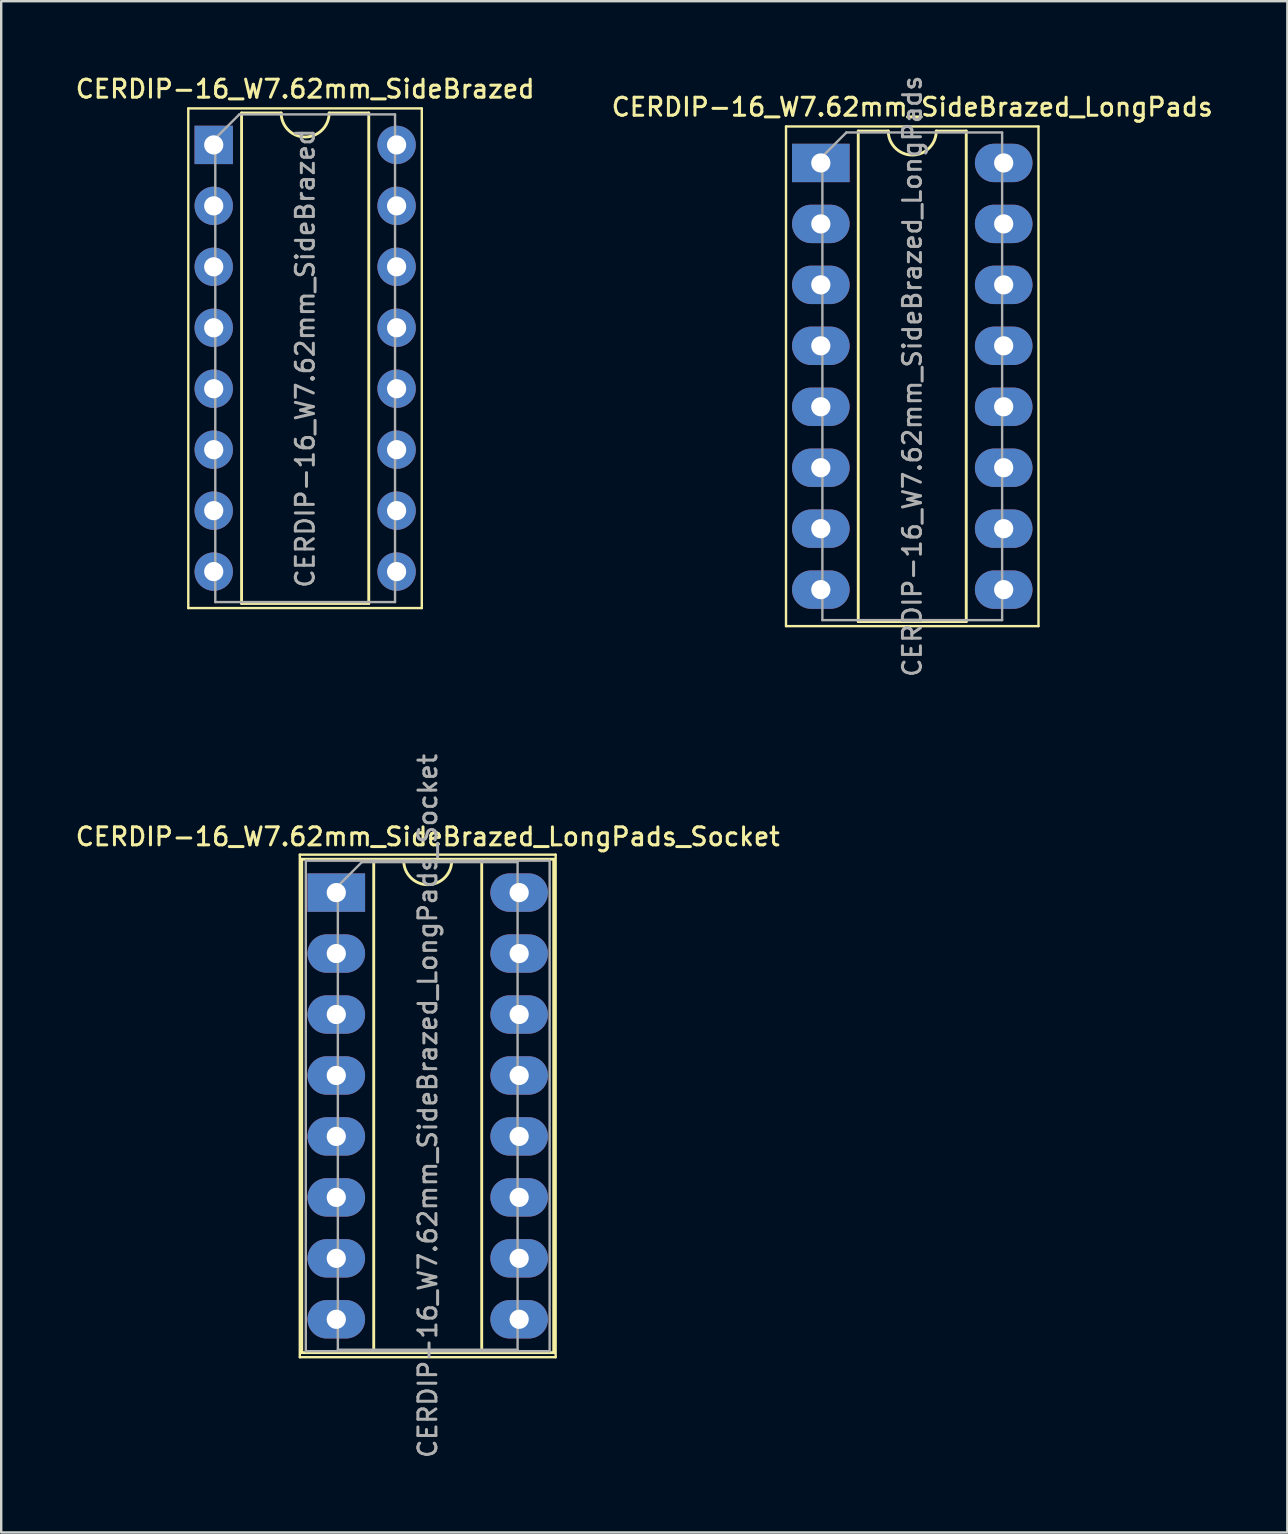
<source format=kicad_pcb>
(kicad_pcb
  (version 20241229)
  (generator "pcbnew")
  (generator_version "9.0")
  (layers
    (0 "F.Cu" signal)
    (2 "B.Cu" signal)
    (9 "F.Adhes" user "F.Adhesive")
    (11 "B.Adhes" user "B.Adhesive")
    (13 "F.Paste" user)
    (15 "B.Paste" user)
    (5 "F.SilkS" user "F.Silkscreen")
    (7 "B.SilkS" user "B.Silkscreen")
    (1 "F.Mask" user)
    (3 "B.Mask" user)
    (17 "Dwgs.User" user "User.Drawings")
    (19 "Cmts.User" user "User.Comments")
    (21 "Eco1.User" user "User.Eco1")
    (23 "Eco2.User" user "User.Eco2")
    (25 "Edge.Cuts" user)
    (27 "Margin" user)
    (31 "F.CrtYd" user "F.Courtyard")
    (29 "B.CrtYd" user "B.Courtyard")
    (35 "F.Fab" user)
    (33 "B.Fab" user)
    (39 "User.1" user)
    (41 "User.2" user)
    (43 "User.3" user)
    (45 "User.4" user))
  (footprint "CERDIP-16_W7.62mm_SideBrazed_LongPads"
    (layer "F.Cu")
    (at 31.153 3.74)
    (property "Reference" "CERDIP-16_W7.62mm_SideBrazed_LongPads" (at 3.81 -2.33 0) (layer "F.SilkS") (effects (font (size 0.75 0.75) (thickness 0.125))))
    (attr through_hole)
    (fp_line (start -1.45 -1.52) (end -1.45 19.3) (stroke (width 0.1) (type solid)) (layer "F.SilkS"))
    (fp_line (start -1.45 19.3) (end 9.07 19.3) (stroke (width 0.1) (type solid)) (layer "F.SilkS"))
    (fp_line (start 1.56 -1.33) (end 1.56 19.11) (stroke (width 0.12) (type solid)) (layer "F.SilkS"))
    (fp_line (start 1.56 19.11) (end 6.06 19.11) (stroke (width 0.12) (type solid)) (layer "F.SilkS"))
    (fp_line (start 2.81 -1.33) (end 1.56 -1.33) (stroke (width 0.12) (type solid)) (layer "F.SilkS"))
    (fp_line (start 6.06 -1.33) (end 4.81 -1.33) (stroke (width 0.12) (type solid)) (layer "F.SilkS"))
    (fp_line (start 6.06 19.11) (end 6.06 -1.33) (stroke (width 0.12) (type solid)) (layer "F.SilkS"))
    (fp_line (start 9.07 -1.52) (end -1.45 -1.52) (stroke (width 0.1) (type solid)) (layer "F.SilkS"))
    (fp_line (start 9.07 19.3) (end 9.07 -1.52) (stroke (width 0.1) (type solid)) (layer "F.SilkS"))
    (fp_arc (start 4.81 -1.33) (mid 3.81 -0.33) (end 2.81 -1.33) (stroke (width 0.12) (type solid)) (layer "F.SilkS"))
    (fp_line (start 0.065 -0.27) (end 1.065 -1.27) (stroke (width 0.1) (type solid)) (layer "F.Fab"))
    (fp_line (start 0.065 19.05) (end 0.065 -0.27) (stroke (width 0.1) (type solid)) (layer "F.Fab"))
    (fp_line (start 1.065 -1.27) (end 7.555 -1.27) (stroke (width 0.1) (type solid)) (layer "F.Fab"))
    (fp_line (start 7.555 -1.27) (end 7.555 19.05) (stroke (width 0.1) (type solid)) (layer "F.Fab"))
    (fp_line (start 7.555 19.05) (end 0.065 19.05) (stroke (width 0.1) (type solid)) (layer "F.Fab"))
    (fp_text user "${REFERENCE}" (at 3.81 8.89 90) (layer "F.Fab") (effects (font (size 0.75 0.75) (thickness 0.125))))
    (pad "1" thru_hole rect (at 0 0) (size 2.4 1.6) (drill 0.8) (layers "*.Cu" "*.Mask"))
    (pad "2" thru_hole oval (at 0 2.54) (size 2.4 1.6) (drill 0.8) (layers "*.Cu" "*.Mask"))
    (pad "3" thru_hole oval (at 0 5.08) (size 2.4 1.6) (drill 0.8) (layers "*.Cu" "*.Mask"))
    (pad "4" thru_hole oval (at 0 7.62) (size 2.4 1.6) (drill 0.8) (layers "*.Cu" "*.Mask"))
    (pad "5" thru_hole oval (at 0 10.16) (size 2.4 1.6) (drill 0.8) (layers "*.Cu" "*.Mask"))
    (pad "6" thru_hole oval (at 0 12.7) (size 2.4 1.6) (drill 0.8) (layers "*.Cu" "*.Mask"))
    (pad "7" thru_hole oval (at 0 15.24) (size 2.4 1.6) (drill 0.8) (layers "*.Cu" "*.Mask"))
    (pad "8" thru_hole oval (at 0 17.78) (size 2.4 1.6) (drill 0.8) (layers "*.Cu" "*.Mask"))
    (pad "9" thru_hole oval (at 7.62 17.78) (size 2.4 1.6) (drill 0.8) (layers "*.Cu" "*.Mask"))
    (pad "10" thru_hole oval (at 7.62 15.24) (size 2.4 1.6) (drill 0.8) (layers "*.Cu" "*.Mask"))
    (pad "11" thru_hole oval (at 7.62 12.7) (size 2.4 1.6) (drill 0.8) (layers "*.Cu" "*.Mask"))
    (pad "12" thru_hole oval (at 7.62 10.16) (size 2.4 1.6) (drill 0.8) (layers "*.Cu" "*.Mask"))
    (pad "13" thru_hole oval (at 7.62 7.62) (size 2.4 1.6) (drill 0.8) (layers "*.Cu" "*.Mask"))
    (pad "14" thru_hole oval (at 7.62 5.08) (size 2.4 1.6) (drill 0.8) (layers "*.Cu" "*.Mask"))
    (pad "15" thru_hole oval (at 7.62 2.54) (size 2.4 1.6) (drill 0.8) (layers "*.Cu" "*.Mask"))
    (pad "16" thru_hole oval (at 7.62 0) (size 2.4 1.6) (drill 0.8) (layers "*.Cu" "*.Mask")))
  (footprint "CERDIP-16_W7.62mm_SideBrazed_LongPads_Socket"
    (layer "F.Cu")
    (at 10.963 34.144)
    (property "Reference" "CERDIP-16_W7.62mm_SideBrazed_LongPads_Socket" (at 3.81 -2.33 0) (layer "F.SilkS") (effects (font (size 0.75 0.75) (thickness 0.125))))
    (attr through_hole)
    (fp_line (start -1.52 -1.58) (end -1.52 19.36) (stroke (width 0.1) (type solid)) (layer "F.SilkS"))
    (fp_line (start -1.52 19.36) (end 9.14 19.36) (stroke (width 0.1) (type solid)) (layer "F.SilkS"))
    (fp_line (start -1.44 -1.39) (end -1.44 19.17) (stroke (width 0.12) (type solid)) (layer "F.SilkS"))
    (fp_line (start -1.44 19.17) (end 9.06 19.17) (stroke (width 0.12) (type solid)) (layer "F.SilkS"))
    (fp_line (start 1.56 -1.33) (end 1.56 19.11) (stroke (width 0.12) (type solid)) (layer "F.SilkS"))
    (fp_line (start 1.56 19.11) (end 6.06 19.11) (stroke (width 0.12) (type solid)) (layer "F.SilkS"))
    (fp_line (start 2.81 -1.33) (end 1.56 -1.33) (stroke (width 0.12) (type solid)) (layer "F.SilkS"))
    (fp_line (start 6.06 -1.33) (end 4.81 -1.33) (stroke (width 0.12) (type solid)) (layer "F.SilkS"))
    (fp_line (start 6.06 19.11) (end 6.06 -1.33) (stroke (width 0.12) (type solid)) (layer "F.SilkS"))
    (fp_line (start 9.06 -1.39) (end -1.44 -1.39) (stroke (width 0.12) (type solid)) (layer "F.SilkS"))
    (fp_line (start 9.06 19.17) (end 9.06 -1.39) (stroke (width 0.12) (type solid)) (layer "F.SilkS"))
    (fp_line (start 9.14 -1.58) (end -1.52 -1.58) (stroke (width 0.1) (type solid)) (layer "F.SilkS"))
    (fp_line (start 9.14 19.36) (end 9.14 -1.58) (stroke (width 0.1) (type solid)) (layer "F.SilkS"))
    (fp_arc (start 4.81 -1.33) (mid 3.81 -0.33) (end 2.81 -1.33) (stroke (width 0.12) (type solid)) (layer "F.SilkS"))
    (fp_line (start -1.27 -1.33) (end -1.27 19.11) (stroke (width 0.1) (type solid)) (layer "F.Fab"))
    (fp_line (start -1.27 19.11) (end 8.89 19.11) (stroke (width 0.1) (type solid)) (layer "F.Fab"))
    (fp_line (start 0.065 -0.27) (end 1.065 -1.27) (stroke (width 0.1) (type solid)) (layer "F.Fab"))
    (fp_line (start 0.065 19.05) (end 0.065 -0.27) (stroke (width 0.1) (type solid)) (layer "F.Fab"))
    (fp_line (start 1.065 -1.27) (end 7.555 -1.27) (stroke (width 0.1) (type solid)) (layer "F.Fab"))
    (fp_line (start 7.555 -1.27) (end 7.555 19.05) (stroke (width 0.1) (type solid)) (layer "F.Fab"))
    (fp_line (start 7.555 19.05) (end 0.065 19.05) (stroke (width 0.1) (type solid)) (layer "F.Fab"))
    (fp_line (start 8.89 -1.33) (end -1.27 -1.33) (stroke (width 0.1) (type solid)) (layer "F.Fab"))
    (fp_line (start 8.89 19.11) (end 8.89 -1.33) (stroke (width 0.1) (type solid)) (layer "F.Fab"))
    (fp_text user "${REFERENCE}" (at 3.81 8.89 90) (layer "F.Fab") (effects (font (size 0.75 0.75) (thickness 0.125))))
    (pad "1" thru_hole rect (at 0 0) (size 2.4 1.6) (drill 0.8) (layers "*.Cu" "*.Mask"))
    (pad "2" thru_hole oval (at 0 2.54) (size 2.4 1.6) (drill 0.8) (layers "*.Cu" "*.Mask"))
    (pad "3" thru_hole oval (at 0 5.08) (size 2.4 1.6) (drill 0.8) (layers "*.Cu" "*.Mask"))
    (pad "4" thru_hole oval (at 0 7.62) (size 2.4 1.6) (drill 0.8) (layers "*.Cu" "*.Mask"))
    (pad "5" thru_hole oval (at 0 10.16) (size 2.4 1.6) (drill 0.8) (layers "*.Cu" "*.Mask"))
    (pad "6" thru_hole oval (at 0 12.7) (size 2.4 1.6) (drill 0.8) (layers "*.Cu" "*.Mask"))
    (pad "7" thru_hole oval (at 0 15.24) (size 2.4 1.6) (drill 0.8) (layers "*.Cu" "*.Mask"))
    (pad "8" thru_hole oval (at 0 17.78) (size 2.4 1.6) (drill 0.8) (layers "*.Cu" "*.Mask"))
    (pad "9" thru_hole oval (at 7.62 17.78) (size 2.4 1.6) (drill 0.8) (layers "*.Cu" "*.Mask"))
    (pad "10" thru_hole oval (at 7.62 15.24) (size 2.4 1.6) (drill 0.8) (layers "*.Cu" "*.Mask"))
    (pad "11" thru_hole oval (at 7.62 12.7) (size 2.4 1.6) (drill 0.8) (layers "*.Cu" "*.Mask"))
    (pad "12" thru_hole oval (at 7.62 10.16) (size 2.4 1.6) (drill 0.8) (layers "*.Cu" "*.Mask"))
    (pad "13" thru_hole oval (at 7.62 7.62) (size 2.4 1.6) (drill 0.8) (layers "*.Cu" "*.Mask"))
    (pad "14" thru_hole oval (at 7.62 5.08) (size 2.4 1.6) (drill 0.8) (layers "*.Cu" "*.Mask"))
    (pad "15" thru_hole oval (at 7.62 2.54) (size 2.4 1.6) (drill 0.8) (layers "*.Cu" "*.Mask"))
    (pad "16" thru_hole oval (at 7.62 0) (size 2.4 1.6) (drill 0.8) (layers "*.Cu" "*.Mask")))
  (footprint "CERDIP-16_W7.62mm_SideBrazed"
    (layer "F.Cu")
    (at 5.856 2.988)
    (property "Reference" "CERDIP-16_W7.62mm_SideBrazed" (at 3.81 -2.33 0) (layer "F.SilkS") (effects (font (size 0.75 0.75) (thickness 0.125))))
    (attr through_hole)
    (fp_line (start -1.06 -1.52) (end -1.06 19.3) (stroke (width 0.1) (type solid)) (layer "F.SilkS"))
    (fp_line (start -1.06 19.3) (end 8.67 19.3) (stroke (width 0.1) (type solid)) (layer "F.SilkS"))
    (fp_line (start 1.16 -1.33) (end 1.16 19.11) (stroke (width 0.12) (type solid)) (layer "F.SilkS"))
    (fp_line (start 1.16 19.11) (end 6.46 19.11) (stroke (width 0.12) (type solid)) (layer "F.SilkS"))
    (fp_line (start 2.81 -1.33) (end 1.16 -1.33) (stroke (width 0.12) (type solid)) (layer "F.SilkS"))
    (fp_line (start 6.46 -1.33) (end 4.81 -1.33) (stroke (width 0.12) (type solid)) (layer "F.SilkS"))
    (fp_line (start 6.46 19.11) (end 6.46 -1.33) (stroke (width 0.12) (type solid)) (layer "F.SilkS"))
    (fp_line (start 8.67 -1.52) (end -1.06 -1.52) (stroke (width 0.1) (type solid)) (layer "F.SilkS"))
    (fp_line (start 8.67 19.3) (end 8.67 -1.52) (stroke (width 0.1) (type solid)) (layer "F.SilkS"))
    (fp_arc (start 4.81 -1.33) (mid 3.81 -0.33) (end 2.81 -1.33) (stroke (width 0.12) (type solid)) (layer "F.SilkS"))
    (fp_line (start 0.065 -0.27) (end 1.065 -1.27) (stroke (width 0.1) (type solid)) (layer "F.Fab"))
    (fp_line (start 0.065 19.05) (end 0.065 -0.27) (stroke (width 0.1) (type solid)) (layer "F.Fab"))
    (fp_line (start 1.065 -1.27) (end 7.555 -1.27) (stroke (width 0.1) (type solid)) (layer "F.Fab"))
    (fp_line (start 7.555 -1.27) (end 7.555 19.05) (stroke (width 0.1) (type solid)) (layer "F.Fab"))
    (fp_line (start 7.555 19.05) (end 0.065 19.05) (stroke (width 0.1) (type solid)) (layer "F.Fab"))
    (fp_text user "${REFERENCE}" (at 3.81 8.89 90) (layer "F.Fab") (effects (font (size 0.75 0.75) (thickness 0.125))))
    (pad "1" thru_hole rect (at 0 0) (size 1.6 1.6) (drill 0.8) (layers "*.Cu" "*.Mask"))
    (pad "2" thru_hole circle (at 0 2.54) (size 1.6 1.6) (drill 0.8) (layers "*.Cu" "*.Mask"))
    (pad "3" thru_hole circle (at 0 5.08) (size 1.6 1.6) (drill 0.8) (layers "*.Cu" "*.Mask"))
    (pad "4" thru_hole circle (at 0 7.62) (size 1.6 1.6) (drill 0.8) (layers "*.Cu" "*.Mask"))
    (pad "5" thru_hole circle (at 0 10.16) (size 1.6 1.6) (drill 0.8) (layers "*.Cu" "*.Mask"))
    (pad "6" thru_hole circle (at 0 12.7) (size 1.6 1.6) (drill 0.8) (layers "*.Cu" "*.Mask"))
    (pad "7" thru_hole circle (at 0 15.24) (size 1.6 1.6) (drill 0.8) (layers "*.Cu" "*.Mask"))
    (pad "8" thru_hole circle (at 0 17.78) (size 1.6 1.6) (drill 0.8) (layers "*.Cu" "*.Mask"))
    (pad "9" thru_hole circle (at 7.62 17.78) (size 1.6 1.6) (drill 0.8) (layers "*.Cu" "*.Mask"))
    (pad "10" thru_hole circle (at 7.62 15.24) (size 1.6 1.6) (drill 0.8) (layers "*.Cu" "*.Mask"))
    (pad "11" thru_hole circle (at 7.62 12.7) (size 1.6 1.6) (drill 0.8) (layers "*.Cu" "*.Mask"))
    (pad "12" thru_hole circle (at 7.62 10.16) (size 1.6 1.6) (drill 0.8) (layers "*.Cu" "*.Mask"))
    (pad "13" thru_hole circle (at 7.62 7.62) (size 1.6 1.6) (drill 0.8) (layers "*.Cu" "*.Mask"))
    (pad "14" thru_hole circle (at 7.62 5.08) (size 1.6 1.6) (drill 0.8) (layers "*.Cu" "*.Mask"))
    (pad "15" thru_hole circle (at 7.62 2.54) (size 1.6 1.6) (drill 0.8) (layers "*.Cu" "*.Mask"))
    (pad "16" thru_hole circle (at 7.62 0) (size 1.6 1.6) (drill 0.8) (layers "*.Cu" "*.Mask")))
  (gr_rect
    (start -3 -3)
    (end 50.593 60.807)
    (stroke (width 0.1) (type default))
    (fill no)
    (layer "Edge.Cuts")))
</source>
